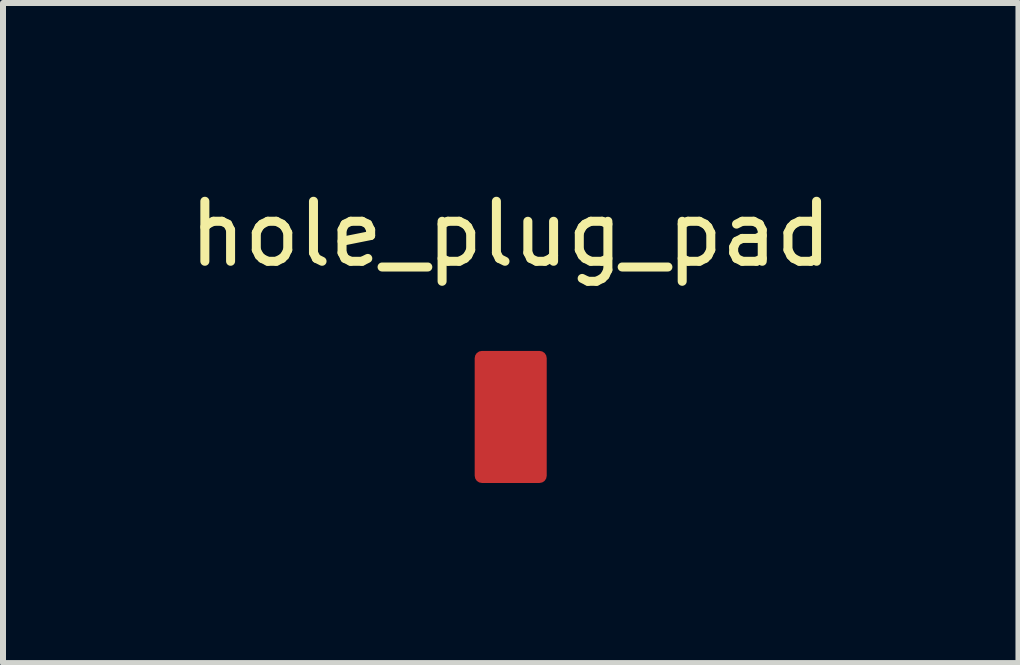
<source format=kicad_pcb>
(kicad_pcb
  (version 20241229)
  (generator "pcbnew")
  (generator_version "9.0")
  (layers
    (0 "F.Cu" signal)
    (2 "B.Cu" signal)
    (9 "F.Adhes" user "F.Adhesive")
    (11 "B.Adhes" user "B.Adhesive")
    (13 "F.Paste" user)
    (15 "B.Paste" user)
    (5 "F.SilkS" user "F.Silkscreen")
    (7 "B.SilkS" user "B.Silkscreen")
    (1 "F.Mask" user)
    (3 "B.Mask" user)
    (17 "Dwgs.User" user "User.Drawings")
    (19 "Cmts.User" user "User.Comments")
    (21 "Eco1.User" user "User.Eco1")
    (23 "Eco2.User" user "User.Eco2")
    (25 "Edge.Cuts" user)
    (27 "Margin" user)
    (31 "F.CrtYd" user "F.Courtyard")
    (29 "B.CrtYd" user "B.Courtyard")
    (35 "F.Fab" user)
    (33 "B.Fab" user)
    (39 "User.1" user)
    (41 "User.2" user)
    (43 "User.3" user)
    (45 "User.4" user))
  (footprint "hole_plug_pad"
    (layer "F.Cu")
    (at 5.458 3.896)
    (property "Reference" "hole_plug_pad" (at 0 -3.048 0) (layer "F.SilkS") (effects (font (size 1 1) (thickness 0.15))))
    (attr through_hole)
    (pad "1" smd roundrect (at 0 0) (size 1.2 2.2) (layers "F.Cu" "F.Mask" "F.Paste") (roundrect_rratio 0.1)))
  (gr_rect
    (start -3 -3)
    (end 13.917 7.996)
    (stroke (width 0.1) (type default))
    (fill no)
    (layer "Edge.Cuts")))
</source>
